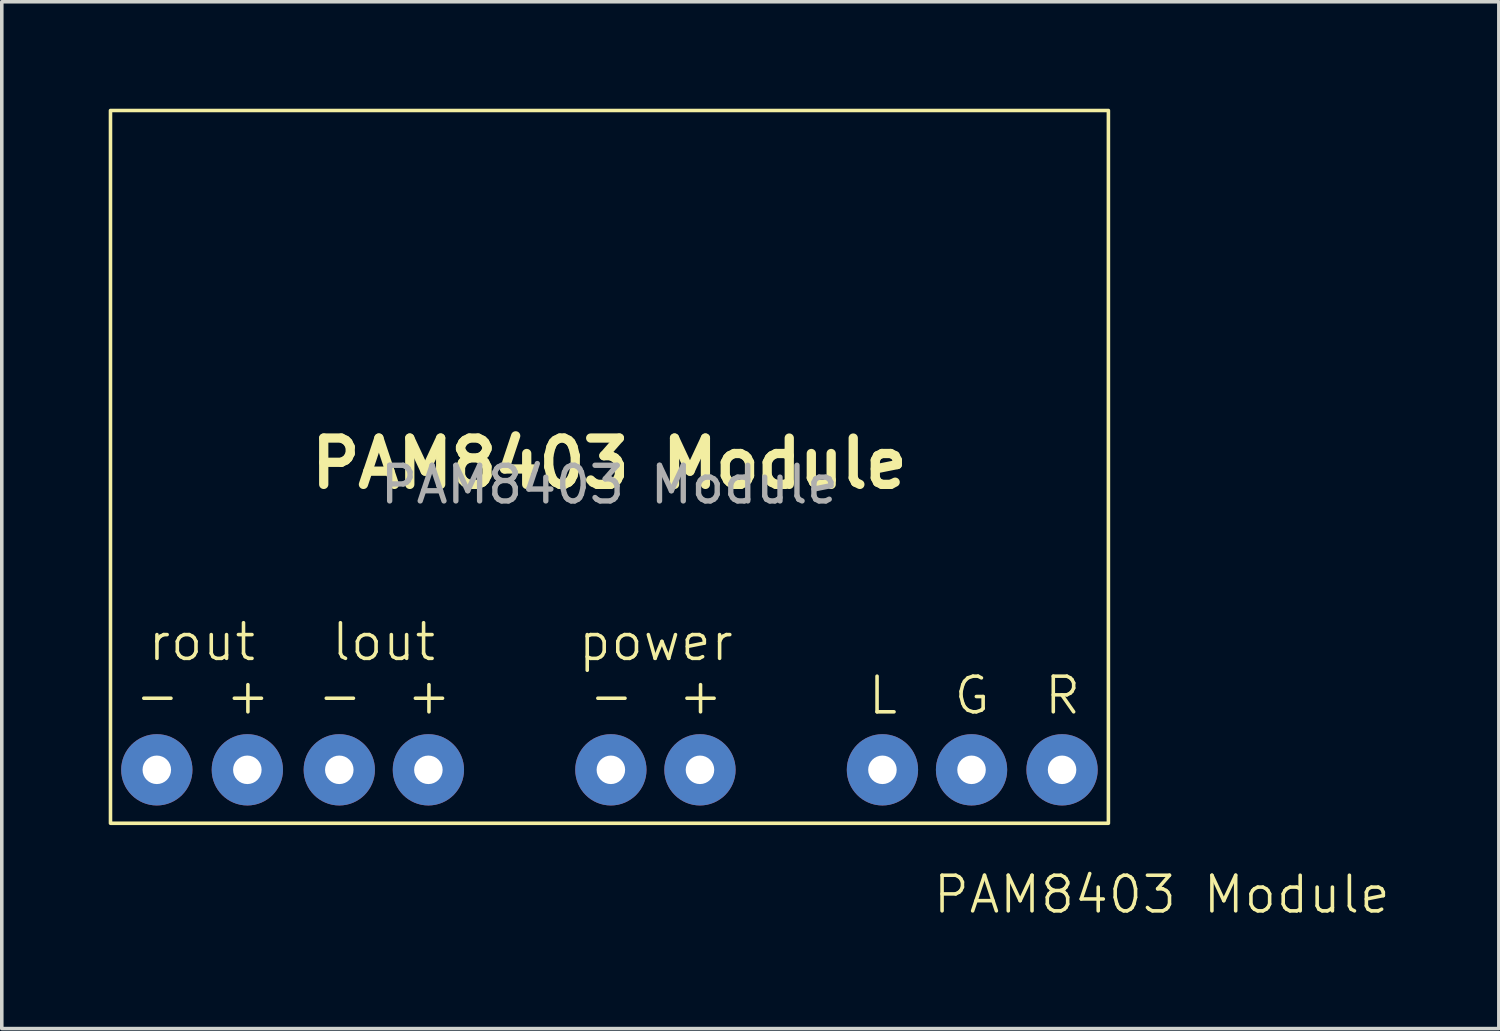
<source format=kicad_pcb>
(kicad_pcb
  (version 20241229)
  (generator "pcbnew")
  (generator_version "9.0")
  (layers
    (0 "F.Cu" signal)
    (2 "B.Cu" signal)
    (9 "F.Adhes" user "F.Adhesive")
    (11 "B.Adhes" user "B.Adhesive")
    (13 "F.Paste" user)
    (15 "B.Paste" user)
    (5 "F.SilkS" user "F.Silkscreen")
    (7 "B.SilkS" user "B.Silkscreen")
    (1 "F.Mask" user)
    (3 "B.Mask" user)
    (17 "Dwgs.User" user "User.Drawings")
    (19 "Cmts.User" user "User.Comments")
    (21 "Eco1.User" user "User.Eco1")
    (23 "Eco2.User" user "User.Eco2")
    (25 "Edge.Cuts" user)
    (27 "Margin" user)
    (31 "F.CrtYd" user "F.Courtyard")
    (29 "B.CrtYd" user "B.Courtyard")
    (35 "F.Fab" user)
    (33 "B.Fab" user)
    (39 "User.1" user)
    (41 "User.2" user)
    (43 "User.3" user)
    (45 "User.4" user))
  (footprint "PAM8403 Module"
    (layer "F.Cu")
    (at 14.05 10.05)
    (property "Reference" "PAM8403 Module" (at 15.5 12 0) (unlocked yes) (layer "F.SilkS") (effects (font (size 1 1) (thickness 0.1))))
    (fp_rect (start -14 -10) (end 14 10) (stroke (width 0.1) (type solid)) (fill no) (layer "F.SilkS"))
    (fp_text user "power" (at -0.927 5.5 0) (unlocked yes) (layer "F.SilkS") (effects (font (size 1 1) (thickness 0.1)) (justify left bottom)))
    (fp_text user "lout" (at -7.852 5.5 0) (unlocked yes) (layer "F.SilkS") (effects (font (size 1 1) (thickness 0.1)) (justify left bottom)))
    (fp_text user "+" (at -5.749 7 0) (unlocked yes) (layer "F.SilkS") (effects (font (size 1 1) (thickness 0.1)) (justify left bottom)))
    (fp_text user "-" (at -0.629 7 0) (unlocked yes) (layer "F.SilkS") (effects (font (size 1 1) (thickness 0.1)) (justify left bottom)))
    (fp_text user "-" (at -13.369 7 0) (unlocked yes) (layer "F.SilkS") (effects (font (size 1 1) (thickness 0.1)) (justify left bottom)))
    (fp_text user "+" (at -10.829 7 0) (unlocked yes) (layer "F.SilkS") (effects (font (size 1 1) (thickness 0.1)) (justify left bottom)))
    (fp_text user "G" (at 9.61 7 0) (unlocked yes) (layer "F.SilkS") (effects (font (size 1 1) (thickness 0.1)) (justify left bottom)))
    (fp_text user "L" (at 7.205 7 0) (unlocked yes) (layer "F.SilkS") (effects (font (size 1 1) (thickness 0.1)) (justify left bottom)))
    (fp_text user "-" (at -8.249 7 0) (unlocked yes) (layer "F.SilkS") (effects (font (size 1 1) (thickness 0.1)) (justify left bottom)))
    (fp_text user "R" (at 12.15 7 0) (unlocked yes) (layer "F.SilkS") (effects (font (size 1 1) (thickness 0.1)) (justify left bottom)))
    (fp_text user "rout" (at -13 5.5 0) (unlocked yes) (layer "F.SilkS") (effects (font (size 1 1) (thickness 0.1)) (justify left bottom)))
    (fp_text user "+" (at 1.871 7 0) (unlocked yes) (layer "F.SilkS") (effects (font (size 1 1) (thickness 0.1)) (justify left bottom)))
    (fp_text user "PAM8403 Module" (at 0 0.664 0) (unlocked yes) (layer "F.SilkS") (effects (font (size 1.3 1.3) (thickness 0.26) (bold yes)) (justify bottom)))
    (fp_text user "${REFERENCE}" (at 0 0.5 0) (unlocked yes) (layer "F.Fab") (effects (font (size 1 1) (thickness 0.15))))
    (pad "1" thru_hole circle (at -12.7 8.5 180) (size 2 2) (drill 0.8) (layers "*.Cu" "*.Mask"))
    (pad "2" thru_hole circle (at -10.16 8.5 180) (size 2 2) (drill 0.8) (layers "*.Cu" "*.Mask"))
    (pad "3" thru_hole circle (at -7.58 8.5 180) (size 2 2) (drill 0.8) (layers "*.Cu" "*.Mask"))
    (pad "4" thru_hole circle (at -5.08 8.5 180) (size 2 2) (drill 0.8) (layers "*.Cu" "*.Mask"))
    (pad "5" thru_hole circle (at 0.04 8.5 180) (size 2 2) (drill 0.8) (layers "*.Cu" "*.Mask"))
    (pad "5" thru_hole circle (at 10.16 8.5 180) (size 2 2) (drill 0.8) (layers "*.Cu" "*.Mask"))
    (pad "6" thru_hole circle (at 2.54 8.5 180) (size 2 2) (drill 0.8) (layers "*.Cu" "*.Mask"))
    (pad "7" thru_hole circle (at 7.66 8.5 180) (size 2 2) (drill 0.8) (layers "*.Cu" "*.Mask"))
    (pad "8" thru_hole circle (at 12.7 8.5 180) (size 2 2) (drill 0.8) (layers "*.Cu" "*.Mask")))
  (gr_rect
    (start -3 -3)
    (end 39.005 25.811)
    (stroke (width 0.1) (type default))
    (fill no)
    (layer "Edge.Cuts")))
</source>
